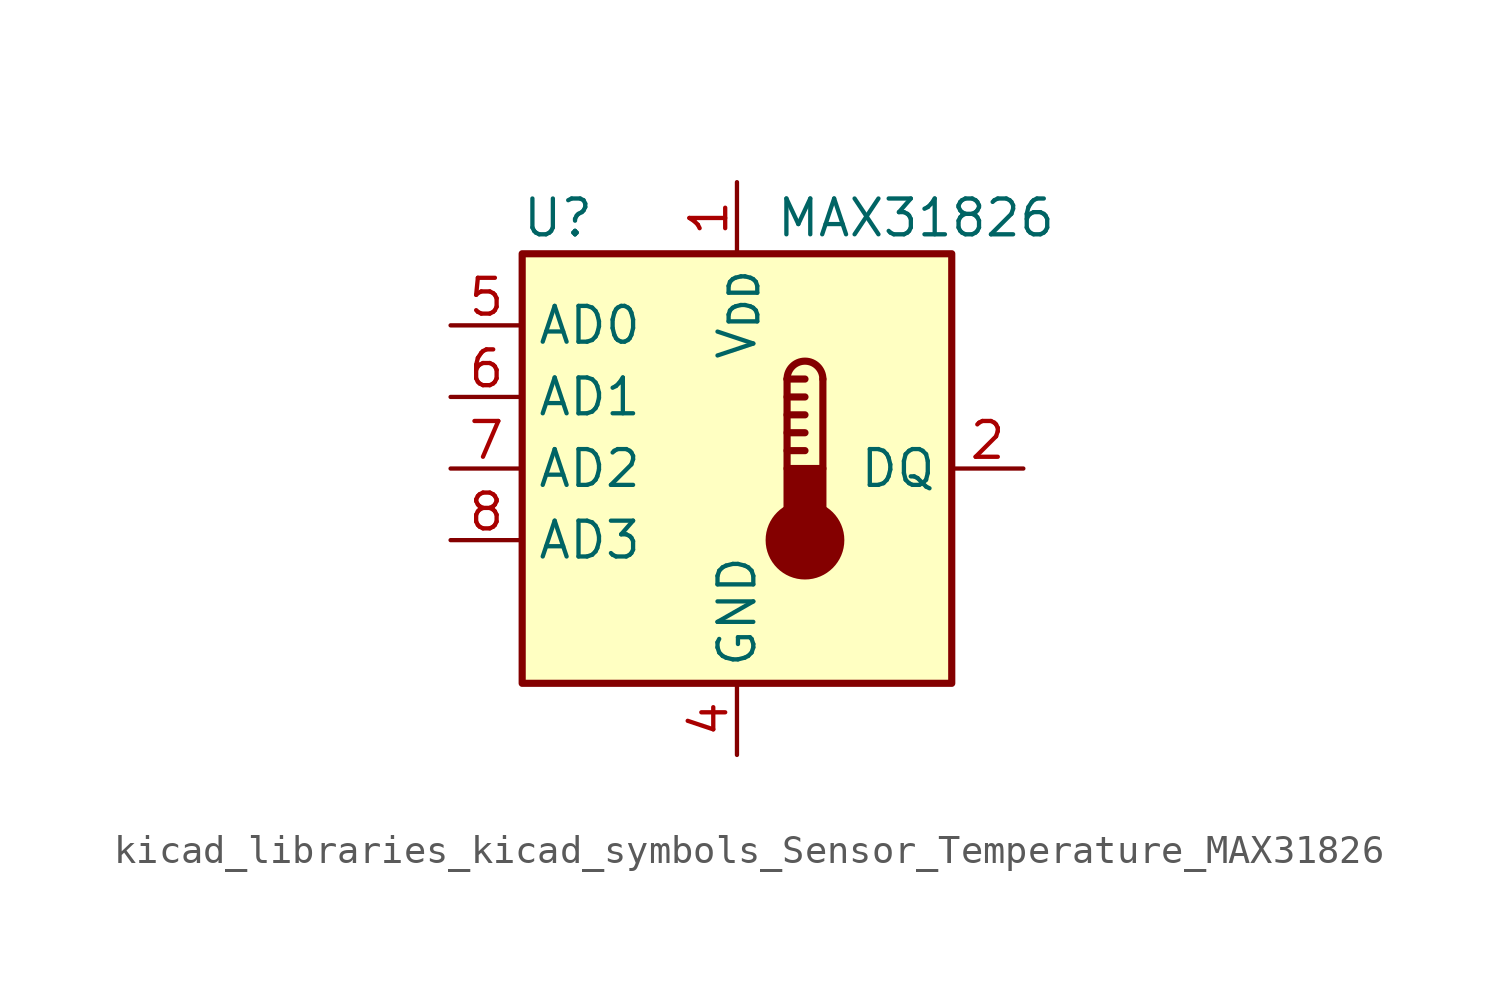
<source format=kicad_sym>
(kicad_symbol_lib
  (version 20220914)
  (generator kicad_symbol_editor)
  (symbol "kicad_libraries_kicad_symbols_Sensor_Temperature_MAX31826"
    (property "Reference" "U"
      (at -6.35 8.89 0)
      (effects (font (size 1.27 1.27))))
    (property "Value" "MAX31826"
      (at 6.35 8.89 0)
      (effects (font (size 1.27 1.27))))
    (symbol "kicad_libraries_kicad_symbols_Sensor_Temperature_MAX31826_0_1"
      (rectangle (start -7.62 7.62) (end 7.62 -7.62) (stroke (width 0.254) (type default)) (fill (type background)))
      (polyline (pts (xy 1.778 0.635) (xy 2.413 0.635)) (stroke (width 0.254) (type default)) (fill (type none)))
      (polyline (pts (xy 1.778 1.27) (xy 2.413 1.27)) (stroke (width 0.254) (type default)) (fill (type none)))
      (polyline (pts (xy 1.778 1.905) (xy 2.413 1.905)) (stroke (width 0.254) (type default)) (fill (type none)))
      (polyline (pts (xy 1.778 2.54) (xy 2.413 2.54)) (stroke (width 0.254) (type default)) (fill (type none)))
      (polyline (pts (xy 1.778 3.175) (xy 1.778 0)) (stroke (width 0.254) (type default)) (fill (type none)))
      (polyline (pts (xy 1.778 3.175) (xy 2.413 3.175)) (stroke (width 0.254) (type default)) (fill (type none)))
      (polyline (pts (xy 3.048 3.175) (xy 3.048 0)) (stroke (width 0.254) (type default)) (fill (type none)))
      (circle (center 2.413 -2.54) (radius 1.27) (stroke (width 0.254) (type default)) (fill (type outline)))
      (rectangle (start 3.048 -1.905) (end 1.778 0) (stroke (width 0.254) (type default)) (fill (type outline)))
      (arc (start 3.048 3.175) (mid 2.413 3.8073) (end 1.778 3.175) (stroke (width 0.254) (type default)) (fill (type none))))
    (symbol "kicad_libraries_kicad_symbols_Sensor_Temperature_MAX31826_1_1"
      (pin power_in line (at 0 10.16 270) (length 2.54) (name "V_{DD}" (effects (font (size 1.27 1.27)))) (number "1" (effects (font (size 1.27 1.27)))))
      (pin bidirectional line (at 10.16 0 180) (length 2.54) (name "DQ" (effects (font (size 1.27 1.27)))) (number "2" (effects (font (size 1.27 1.27)))))
      (pin no_connect line (at -7.62 -5.08 0) (length 2.54) hide (name "NC" (effects (font (size 1.27 1.27)))) (number "3" (effects (font (size 1.27 1.27)))))
      (pin power_in line (at 0 -10.16 90) (length 2.54) (name "GND" (effects (font (size 1.27 1.27)))) (number "4" (effects (font (size 1.27 1.27)))))
      (pin input line (at -10.16 5.08 0) (length 2.54) (name "AD0" (effects (font (size 1.27 1.27)))) (number "5" (effects (font (size 1.27 1.27)))))
      (pin input line (at -10.16 2.54 0) (length 2.54) (name "AD1" (effects (font (size 1.27 1.27)))) (number "6" (effects (font (size 1.27 1.27)))))
      (pin input line (at -10.16 0 0) (length 2.54) (name "AD2" (effects (font (size 1.27 1.27)))) (number "7" (effects (font (size 1.27 1.27)))))
      (pin input line (at -10.16 -2.54 0) (length 2.54) (name "AD3" (effects (font (size 1.27 1.27)))) (number "8" (effects (font (size 1.27 1.27))))))))
</source>
